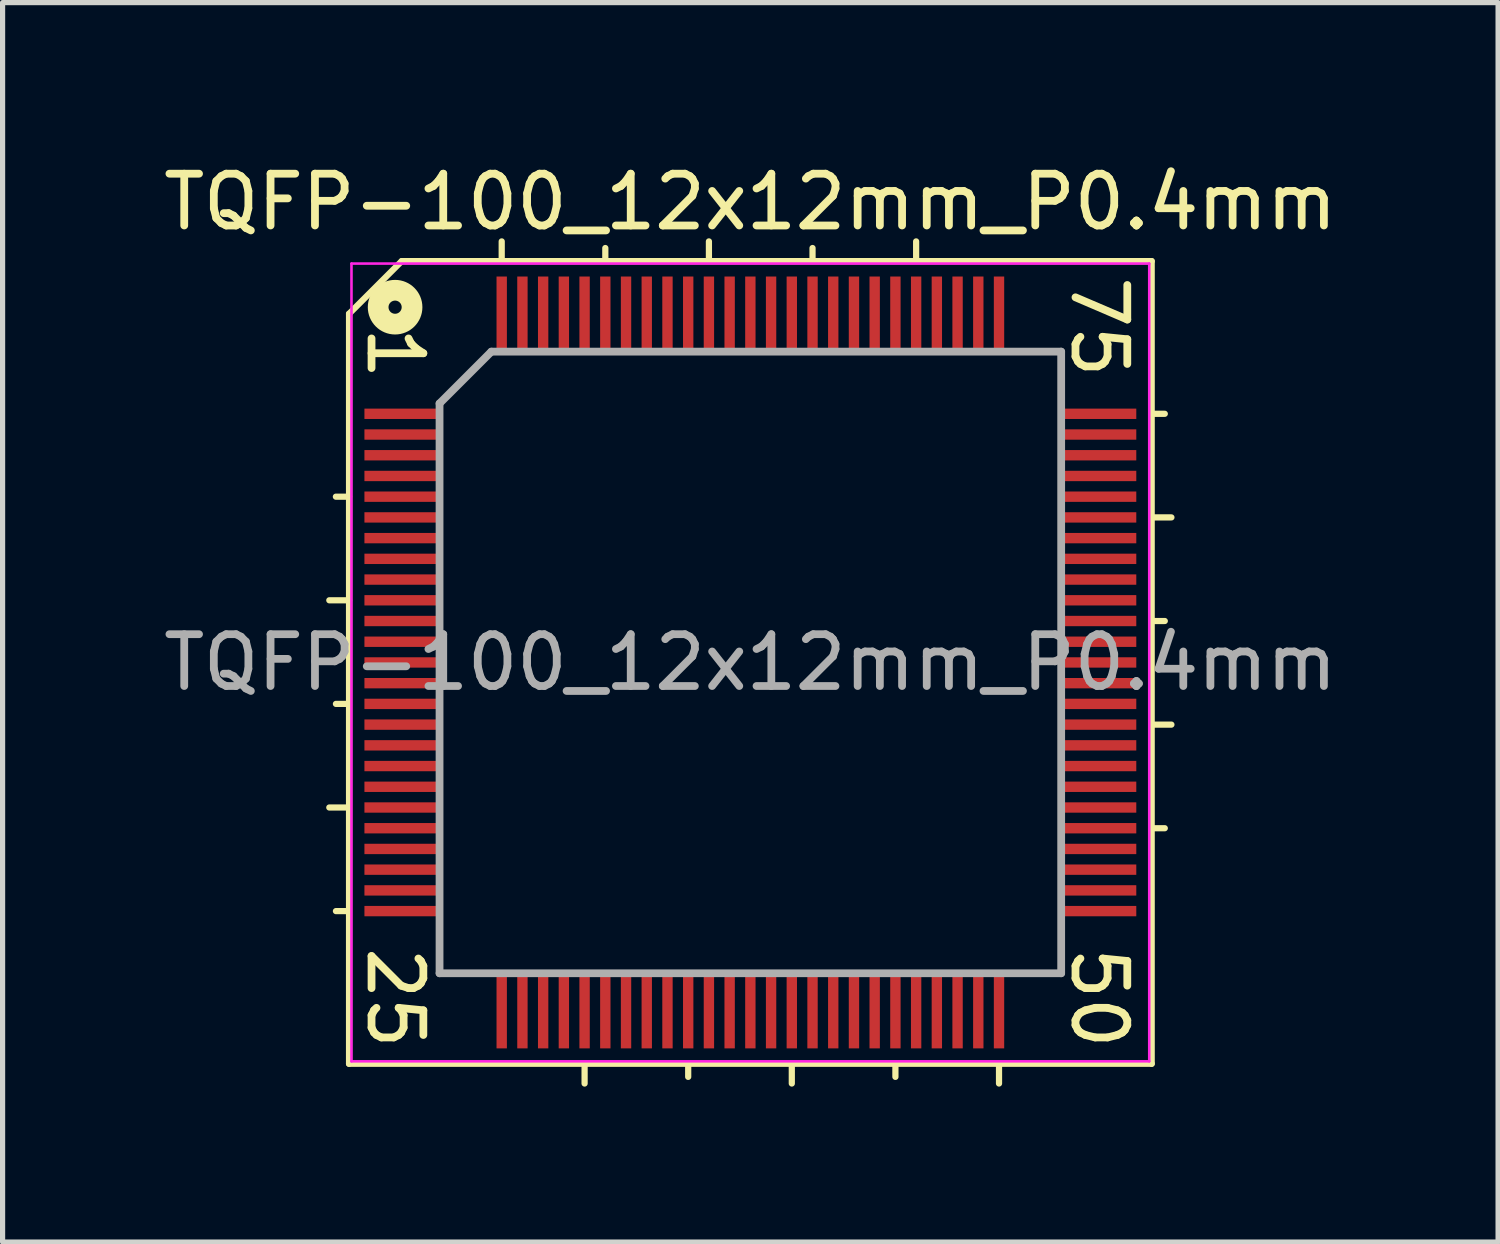
<source format=kicad_pcb>
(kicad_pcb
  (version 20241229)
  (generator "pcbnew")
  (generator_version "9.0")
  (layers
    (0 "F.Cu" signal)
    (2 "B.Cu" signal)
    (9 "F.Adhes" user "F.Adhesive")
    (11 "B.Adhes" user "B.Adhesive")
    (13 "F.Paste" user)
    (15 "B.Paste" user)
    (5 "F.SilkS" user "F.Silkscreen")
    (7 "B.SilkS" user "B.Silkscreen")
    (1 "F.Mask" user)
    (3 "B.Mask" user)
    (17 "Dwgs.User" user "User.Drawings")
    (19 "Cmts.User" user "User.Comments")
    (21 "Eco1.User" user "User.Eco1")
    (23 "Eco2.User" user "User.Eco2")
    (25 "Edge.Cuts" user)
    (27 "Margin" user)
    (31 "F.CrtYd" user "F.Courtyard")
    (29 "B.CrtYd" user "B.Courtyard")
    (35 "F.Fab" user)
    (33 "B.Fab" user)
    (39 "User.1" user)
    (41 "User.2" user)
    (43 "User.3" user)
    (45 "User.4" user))
  (footprint "TQFP-100_12x12mm_P0.4mm"
    (layer "F.Cu")
    (at 11.435 9.738)
    (property "Reference" "TQFP-100_12x12mm_P0.4mm" (at 0 -8.89 0) (layer "F.SilkS") (effects (font (size 1 1) (thickness 0.15))))
    (attr smd)
    (fp_line (start -8.128 -1.2) (end -7.747 -1.2) (stroke (width 0.12) (type solid)) (layer "F.SilkS"))
    (fp_line (start -8.128 2.8) (end -7.8 2.8) (stroke (width 0.12) (type solid)) (layer "F.SilkS"))
    (fp_line (start -8 0.8) (end -7.8 0.8) (stroke (width 0.12) (type solid)) (layer "F.SilkS"))
    (fp_line (start -8 4.8) (end -7.8 4.8) (stroke (width 0.12) (type solid)) (layer "F.SilkS"))
    (fp_line (start -7.747 -6.731) (end -7.747 7.747) (stroke (width 0.12) (type solid)) (layer "F.SilkS"))
    (fp_line (start -7.747 -3.2) (end -8.001 -3.2) (stroke (width 0.12) (type solid)) (layer "F.SilkS"))
    (fp_line (start -7.747 7.747) (end 7.747 7.747) (stroke (width 0.12) (type solid)) (layer "F.SilkS"))
    (fp_line (start -6.731 -7.747) (end -7.747 -6.731) (stroke (width 0.12) (type solid)) (layer "F.SilkS"))
    (fp_line (start -4.8 -8.128) (end -4.8 -7.8) (stroke (width 0.12) (type solid)) (layer "F.SilkS"))
    (fp_line (start -3.2 8.128) (end -3.2 7.8) (stroke (width 0.12) (type solid)) (layer "F.SilkS"))
    (fp_line (start -2.8 -8) (end -2.8 -7.8) (stroke (width 0.12) (type solid)) (layer "F.SilkS"))
    (fp_line (start -1.2 8) (end -1.2 7.8) (stroke (width 0.12) (type solid)) (layer "F.SilkS"))
    (fp_line (start -0.8 -8.128) (end -0.8 -7.8) (stroke (width 0.12) (type solid)) (layer "F.SilkS"))
    (fp_line (start 0.8 8.128) (end 0.8 7.8) (stroke (width 0.12) (type solid)) (layer "F.SilkS"))
    (fp_line (start 1.2 -8) (end 1.2 -7.8) (stroke (width 0.12) (type solid)) (layer "F.SilkS"))
    (fp_line (start 2.8 8) (end 2.8 7.8) (stroke (width 0.12) (type solid)) (layer "F.SilkS"))
    (fp_line (start 3.2 -8.128) (end 3.2 -7.8) (stroke (width 0.12) (type solid)) (layer "F.SilkS"))
    (fp_line (start 4.8 8.128) (end 4.8 7.8) (stroke (width 0.12) (type solid)) (layer "F.SilkS"))
    (fp_line (start 7.747 -7.747) (end -6.731 -7.747) (stroke (width 0.12) (type solid)) (layer "F.SilkS"))
    (fp_line (start 7.747 7.747) (end 7.747 -7.747) (stroke (width 0.12) (type solid)) (layer "F.SilkS"))
    (fp_line (start 8 -4.8) (end 7.8 -4.8) (stroke (width 0.12) (type solid)) (layer "F.SilkS"))
    (fp_line (start 8 -0.8) (end 7.8 -0.8) (stroke (width 0.12) (type solid)) (layer "F.SilkS"))
    (fp_line (start 8 3.2) (end 7.8 3.2) (stroke (width 0.12) (type solid)) (layer "F.SilkS"))
    (fp_line (start 8.128 -2.8) (end 7.8 -2.8) (stroke (width 0.12) (type solid)) (layer "F.SilkS"))
    (fp_line (start 8.128 1.2) (end 7.8 1.2) (stroke (width 0.12) (type solid)) (layer "F.SilkS"))
    (fp_circle (center -6.858 -6.858) (end -6.731 -6.858) (stroke (width 0.4) (type solid)) (fill no) (layer "F.SilkS"))
    (fp_line (start -7.7 -7.7) (end -7.7 7.7) (stroke (width 0.05) (type solid)) (layer "F.CrtYd"))
    (fp_line (start -7.7 -7.7) (end 7.7 -7.7) (stroke (width 0.05) (type solid)) (layer "F.CrtYd"))
    (fp_line (start -7.7 7.7) (end 7.7 7.7) (stroke (width 0.05) (type solid)) (layer "F.CrtYd"))
    (fp_line (start 7.7 -7.7) (end 7.7 7.7) (stroke (width 0.05) (type solid)) (layer "F.CrtYd"))
    (fp_line (start -6 -5) (end -5 -6) (stroke (width 0.15) (type solid)) (layer "F.Fab"))
    (fp_line (start -6 6) (end -6 -5) (stroke (width 0.15) (type solid)) (layer "F.Fab"))
    (fp_line (start -5 -6) (end 6 -6) (stroke (width 0.15) (type solid)) (layer "F.Fab"))
    (fp_line (start 6 -6) (end 6 6) (stroke (width 0.15) (type solid)) (layer "F.Fab"))
    (fp_line (start 6 6) (end -6 6) (stroke (width 0.15) (type solid)) (layer "F.Fab"))
    (fp_text user "50" (at 6.731 6.477 270) (unlocked yes) (layer "F.SilkS") (effects (font (size 1 1) (thickness 0.15))))
    (fp_text user "1" (at -6.858 -5.969 270) (unlocked yes) (layer "F.SilkS") (effects (font (size 1 1) (thickness 0.15))))
    (fp_text user "75" (at 6.731 -6.477 270) (unlocked yes) (layer "F.SilkS") (effects (font (size 1 1) (thickness 0.15))))
    (fp_text user "25" (at -6.858 6.477 270) (unlocked yes) (layer "F.SilkS") (effects (font (size 1 1) (thickness 0.15))))
    (fp_text user "${REFERENCE}" (at 0 0 0) (layer "F.Fab") (effects (font (size 1 1) (thickness 0.15))))
    (pad "1" smd rect (at -6.7 -4.8) (size 1.5 0.2) (layers "F.Cu" "F.Mask" "F.Paste"))
    (pad "2" smd rect (at -6.7 -4.4) (size 1.5 0.2) (layers "F.Cu" "F.Mask" "F.Paste"))
    (pad "3" smd rect (at -6.7 -4) (size 1.5 0.2) (layers "F.Cu" "F.Mask" "F.Paste"))
    (pad "4" smd rect (at -6.7 -3.6) (size 1.5 0.2) (layers "F.Cu" "F.Mask" "F.Paste"))
    (pad "5" smd rect (at -6.7 -3.2) (size 1.5 0.2) (layers "F.Cu" "F.Mask" "F.Paste"))
    (pad "6" smd rect (at -6.7 -2.8) (size 1.5 0.2) (layers "F.Cu" "F.Mask" "F.Paste"))
    (pad "7" smd rect (at -6.7 -2.4) (size 1.5 0.2) (layers "F.Cu" "F.Mask" "F.Paste"))
    (pad "8" smd rect (at -6.7 -2) (size 1.5 0.2) (layers "F.Cu" "F.Mask" "F.Paste"))
    (pad "9" smd rect (at -6.7 -1.6) (size 1.5 0.2) (layers "F.Cu" "F.Mask" "F.Paste"))
    (pad "10" smd rect (at -6.7 -1.2) (size 1.5 0.2) (layers "F.Cu" "F.Mask" "F.Paste"))
    (pad "11" smd rect (at -6.7 -0.8) (size 1.5 0.2) (layers "F.Cu" "F.Mask" "F.Paste"))
    (pad "12" smd rect (at -6.7 -0.4) (size 1.5 0.2) (layers "F.Cu" "F.Mask" "F.Paste"))
    (pad "13" smd rect (at -6.7 0) (size 1.5 0.2) (layers "F.Cu" "F.Mask" "F.Paste"))
    (pad "14" smd rect (at -6.7 0.4) (size 1.5 0.2) (layers "F.Cu" "F.Mask" "F.Paste"))
    (pad "15" smd rect (at -6.7 0.8) (size 1.5 0.2) (layers "F.Cu" "F.Mask" "F.Paste"))
    (pad "16" smd rect (at -6.7 1.2) (size 1.5 0.2) (layers "F.Cu" "F.Mask" "F.Paste"))
    (pad "17" smd rect (at -6.7 1.6) (size 1.5 0.2) (layers "F.Cu" "F.Mask" "F.Paste"))
    (pad "18" smd rect (at -6.7 2) (size 1.5 0.2) (layers "F.Cu" "F.Mask" "F.Paste"))
    (pad "19" smd rect (at -6.7 2.4) (size 1.5 0.2) (layers "F.Cu" "F.Mask" "F.Paste"))
    (pad "20" smd rect (at -6.7 2.8) (size 1.5 0.2) (layers "F.Cu" "F.Mask" "F.Paste"))
    (pad "21" smd rect (at -6.7 3.2) (size 1.5 0.2) (layers "F.Cu" "F.Mask" "F.Paste"))
    (pad "22" smd rect (at -6.7 3.6) (size 1.5 0.2) (layers "F.Cu" "F.Mask" "F.Paste"))
    (pad "23" smd rect (at -6.7 4) (size 1.5 0.2) (layers "F.Cu" "F.Mask" "F.Paste"))
    (pad "24" smd rect (at -6.7 4.4) (size 1.5 0.2) (layers "F.Cu" "F.Mask" "F.Paste"))
    (pad "25" smd rect (at -6.7 4.8) (size 1.5 0.2) (layers "F.Cu" "F.Mask" "F.Paste"))
    (pad "26" smd rect (at -4.8 6.7 90) (size 1.5 0.2) (layers "F.Cu" "F.Mask" "F.Paste"))
    (pad "27" smd rect (at -4.4 6.7 90) (size 1.5 0.2) (layers "F.Cu" "F.Mask" "F.Paste"))
    (pad "28" smd rect (at -4 6.7 90) (size 1.5 0.2) (layers "F.Cu" "F.Mask" "F.Paste"))
    (pad "29" smd rect (at -3.6 6.7 90) (size 1.5 0.2) (layers "F.Cu" "F.Mask" "F.Paste"))
    (pad "30" smd rect (at -3.2 6.7 90) (size 1.5 0.2) (layers "F.Cu" "F.Mask" "F.Paste"))
    (pad "31" smd rect (at -2.8 6.7 90) (size 1.5 0.2) (layers "F.Cu" "F.Mask" "F.Paste"))
    (pad "32" smd rect (at -2.4 6.7 90) (size 1.5 0.2) (layers "F.Cu" "F.Mask" "F.Paste"))
    (pad "33" smd rect (at -2 6.7 90) (size 1.5 0.2) (layers "F.Cu" "F.Mask" "F.Paste"))
    (pad "34" smd rect (at -1.6 6.7 90) (size 1.5 0.2) (layers "F.Cu" "F.Mask" "F.Paste"))
    (pad "35" smd rect (at -1.2 6.7 90) (size 1.5 0.2) (layers "F.Cu" "F.Mask" "F.Paste"))
    (pad "36" smd rect (at -0.8 6.7 90) (size 1.5 0.2) (layers "F.Cu" "F.Mask" "F.Paste"))
    (pad "37" smd rect (at -0.4 6.7 90) (size 1.5 0.2) (layers "F.Cu" "F.Mask" "F.Paste"))
    (pad "38" smd rect (at 0 6.7 90) (size 1.5 0.2) (layers "F.Cu" "F.Mask" "F.Paste"))
    (pad "39" smd rect (at 0.4 6.7 90) (size 1.5 0.2) (layers "F.Cu" "F.Mask" "F.Paste"))
    (pad "40" smd rect (at 0.8 6.7 90) (size 1.5 0.2) (layers "F.Cu" "F.Mask" "F.Paste"))
    (pad "41" smd rect (at 1.2 6.7 90) (size 1.5 0.2) (layers "F.Cu" "F.Mask" "F.Paste"))
    (pad "42" smd rect (at 1.6 6.7 90) (size 1.5 0.2) (layers "F.Cu" "F.Mask" "F.Paste"))
    (pad "43" smd rect (at 2 6.7 90) (size 1.5 0.2) (layers "F.Cu" "F.Mask" "F.Paste"))
    (pad "44" smd rect (at 2.4 6.7 90) (size 1.5 0.2) (layers "F.Cu" "F.Mask" "F.Paste"))
    (pad "45" smd rect (at 2.8 6.7 90) (size 1.5 0.2) (layers "F.Cu" "F.Mask" "F.Paste"))
    (pad "46" smd rect (at 3.2 6.7 90) (size 1.5 0.2) (layers "F.Cu" "F.Mask" "F.Paste"))
    (pad "47" smd rect (at 3.6 6.7 90) (size 1.5 0.2) (layers "F.Cu" "F.Mask" "F.Paste"))
    (pad "48" smd rect (at 4 6.7 90) (size 1.5 0.2) (layers "F.Cu" "F.Mask" "F.Paste"))
    (pad "49" smd rect (at 4.4 6.7 90) (size 1.5 0.2) (layers "F.Cu" "F.Mask" "F.Paste"))
    (pad "50" smd rect (at 4.8 6.7 90) (size 1.5 0.2) (layers "F.Cu" "F.Mask" "F.Paste"))
    (pad "51" smd rect (at 6.7 4.8) (size 1.5 0.2) (layers "F.Cu" "F.Mask" "F.Paste"))
    (pad "52" smd rect (at 6.7 4.4) (size 1.5 0.2) (layers "F.Cu" "F.Mask" "F.Paste"))
    (pad "53" smd rect (at 6.7 4) (size 1.5 0.2) (layers "F.Cu" "F.Mask" "F.Paste"))
    (pad "54" smd rect (at 6.7 3.6) (size 1.5 0.2) (layers "F.Cu" "F.Mask" "F.Paste"))
    (pad "55" smd rect (at 6.7 3.2) (size 1.5 0.2) (layers "F.Cu" "F.Mask" "F.Paste"))
    (pad "56" smd rect (at 6.7 2.8) (size 1.5 0.2) (layers "F.Cu" "F.Mask" "F.Paste"))
    (pad "57" smd rect (at 6.7 2.4) (size 1.5 0.2) (layers "F.Cu" "F.Mask" "F.Paste"))
    (pad "58" smd rect (at 6.7 2) (size 1.5 0.2) (layers "F.Cu" "F.Mask" "F.Paste"))
    (pad "59" smd rect (at 6.7 1.6) (size 1.5 0.2) (layers "F.Cu" "F.Mask" "F.Paste"))
    (pad "60" smd rect (at 6.7 1.2) (size 1.5 0.2) (layers "F.Cu" "F.Mask" "F.Paste"))
    (pad "61" smd rect (at 6.7 0.8) (size 1.5 0.2) (layers "F.Cu" "F.Mask" "F.Paste"))
    (pad "62" smd rect (at 6.7 0.4) (size 1.5 0.2) (layers "F.Cu" "F.Mask" "F.Paste"))
    (pad "63" smd rect (at 6.7 0) (size 1.5 0.2) (layers "F.Cu" "F.Mask" "F.Paste"))
    (pad "64" smd rect (at 6.7 -0.4) (size 1.5 0.2) (layers "F.Cu" "F.Mask" "F.Paste"))
    (pad "65" smd rect (at 6.7 -0.8) (size 1.5 0.2) (layers "F.Cu" "F.Mask" "F.Paste"))
    (pad "66" smd rect (at 6.7 -1.2) (size 1.5 0.2) (layers "F.Cu" "F.Mask" "F.Paste"))
    (pad "67" smd rect (at 6.7 -1.6) (size 1.5 0.2) (layers "F.Cu" "F.Mask" "F.Paste"))
    (pad "68" smd rect (at 6.7 -2) (size 1.5 0.2) (layers "F.Cu" "F.Mask" "F.Paste"))
    (pad "69" smd rect (at 6.7 -2.4) (size 1.5 0.2) (layers "F.Cu" "F.Mask" "F.Paste"))
    (pad "70" smd rect (at 6.7 -2.8) (size 1.5 0.2) (layers "F.Cu" "F.Mask" "F.Paste"))
    (pad "71" smd rect (at 6.7 -3.2) (size 1.5 0.2) (layers "F.Cu" "F.Mask" "F.Paste"))
    (pad "72" smd rect (at 6.7 -3.6) (size 1.5 0.2) (layers "F.Cu" "F.Mask" "F.Paste"))
    (pad "73" smd rect (at 6.7 -4) (size 1.5 0.2) (layers "F.Cu" "F.Mask" "F.Paste"))
    (pad "74" smd rect (at 6.7 -4.4) (size 1.5 0.2) (layers "F.Cu" "F.Mask" "F.Paste"))
    (pad "75" smd rect (at 6.7 -4.8) (size 1.5 0.2) (layers "F.Cu" "F.Mask" "F.Paste"))
    (pad "76" smd rect (at 4.8 -6.7 90) (size 1.5 0.2) (layers "F.Cu" "F.Mask" "F.Paste"))
    (pad "77" smd rect (at 4.4 -6.7 90) (size 1.5 0.2) (layers "F.Cu" "F.Mask" "F.Paste"))
    (pad "78" smd rect (at 4 -6.7 90) (size 1.5 0.2) (layers "F.Cu" "F.Mask" "F.Paste"))
    (pad "79" smd rect (at 3.6 -6.7 90) (size 1.5 0.2) (layers "F.Cu" "F.Mask" "F.Paste"))
    (pad "80" smd rect (at 3.2 -6.7 90) (size 1.5 0.2) (layers "F.Cu" "F.Mask" "F.Paste"))
    (pad "81" smd rect (at 2.8 -6.7 90) (size 1.5 0.2) (layers "F.Cu" "F.Mask" "F.Paste"))
    (pad "82" smd rect (at 2.4 -6.7 90) (size 1.5 0.2) (layers "F.Cu" "F.Mask" "F.Paste"))
    (pad "83" smd rect (at 2 -6.7 90) (size 1.5 0.2) (layers "F.Cu" "F.Mask" "F.Paste"))
    (pad "84" smd rect (at 1.6 -6.7 90) (size 1.5 0.2) (layers "F.Cu" "F.Mask" "F.Paste"))
    (pad "85" smd rect (at 1.2 -6.7 90) (size 1.5 0.2) (layers "F.Cu" "F.Mask" "F.Paste"))
    (pad "86" smd rect (at 0.8 -6.7 90) (size 1.5 0.2) (layers "F.Cu" "F.Mask" "F.Paste"))
    (pad "87" smd rect (at 0.4 -6.7 90) (size 1.5 0.2) (layers "F.Cu" "F.Mask" "F.Paste"))
    (pad "88" smd rect (at 0 -6.7 90) (size 1.5 0.2) (layers "F.Cu" "F.Mask" "F.Paste"))
    (pad "89" smd rect (at -0.4 -6.7 90) (size 1.5 0.2) (layers "F.Cu" "F.Mask" "F.Paste"))
    (pad "90" smd rect (at -0.8 -6.7 90) (size 1.5 0.2) (layers "F.Cu" "F.Mask" "F.Paste"))
    (pad "91" smd rect (at -1.2 -6.7 90) (size 1.5 0.2) (layers "F.Cu" "F.Mask" "F.Paste"))
    (pad "92" smd rect (at -1.6 -6.7 90) (size 1.5 0.2) (layers "F.Cu" "F.Mask" "F.Paste"))
    (pad "93" smd rect (at -2 -6.7 90) (size 1.5 0.2) (layers "F.Cu" "F.Mask" "F.Paste"))
    (pad "94" smd rect (at -2.4 -6.7 90) (size 1.5 0.2) (layers "F.Cu" "F.Mask" "F.Paste"))
    (pad "95" smd rect (at -2.8 -6.7 90) (size 1.5 0.2) (layers "F.Cu" "F.Mask" "F.Paste"))
    (pad "96" smd rect (at -3.2 -6.7 90) (size 1.5 0.2) (layers "F.Cu" "F.Mask" "F.Paste"))
    (pad "97" smd rect (at -3.6 -6.7 90) (size 1.5 0.2) (layers "F.Cu" "F.Mask" "F.Paste"))
    (pad "98" smd rect (at -4 -6.7 90) (size 1.5 0.2) (layers "F.Cu" "F.Mask" "F.Paste"))
    (pad "99" smd rect (at -4.4 -6.7 90) (size 1.5 0.2) (layers "F.Cu" "F.Mask" "F.Paste"))
    (pad "100" smd rect (at -4.8 -6.7 90) (size 1.5 0.2) (layers "F.Cu" "F.Mask" "F.Paste")))
  (gr_rect
    (start -3 -3)
    (end 25.869 20.926)
    (stroke (width 0.1) (type default))
    (fill no)
    (layer "Edge.Cuts")))
</source>
